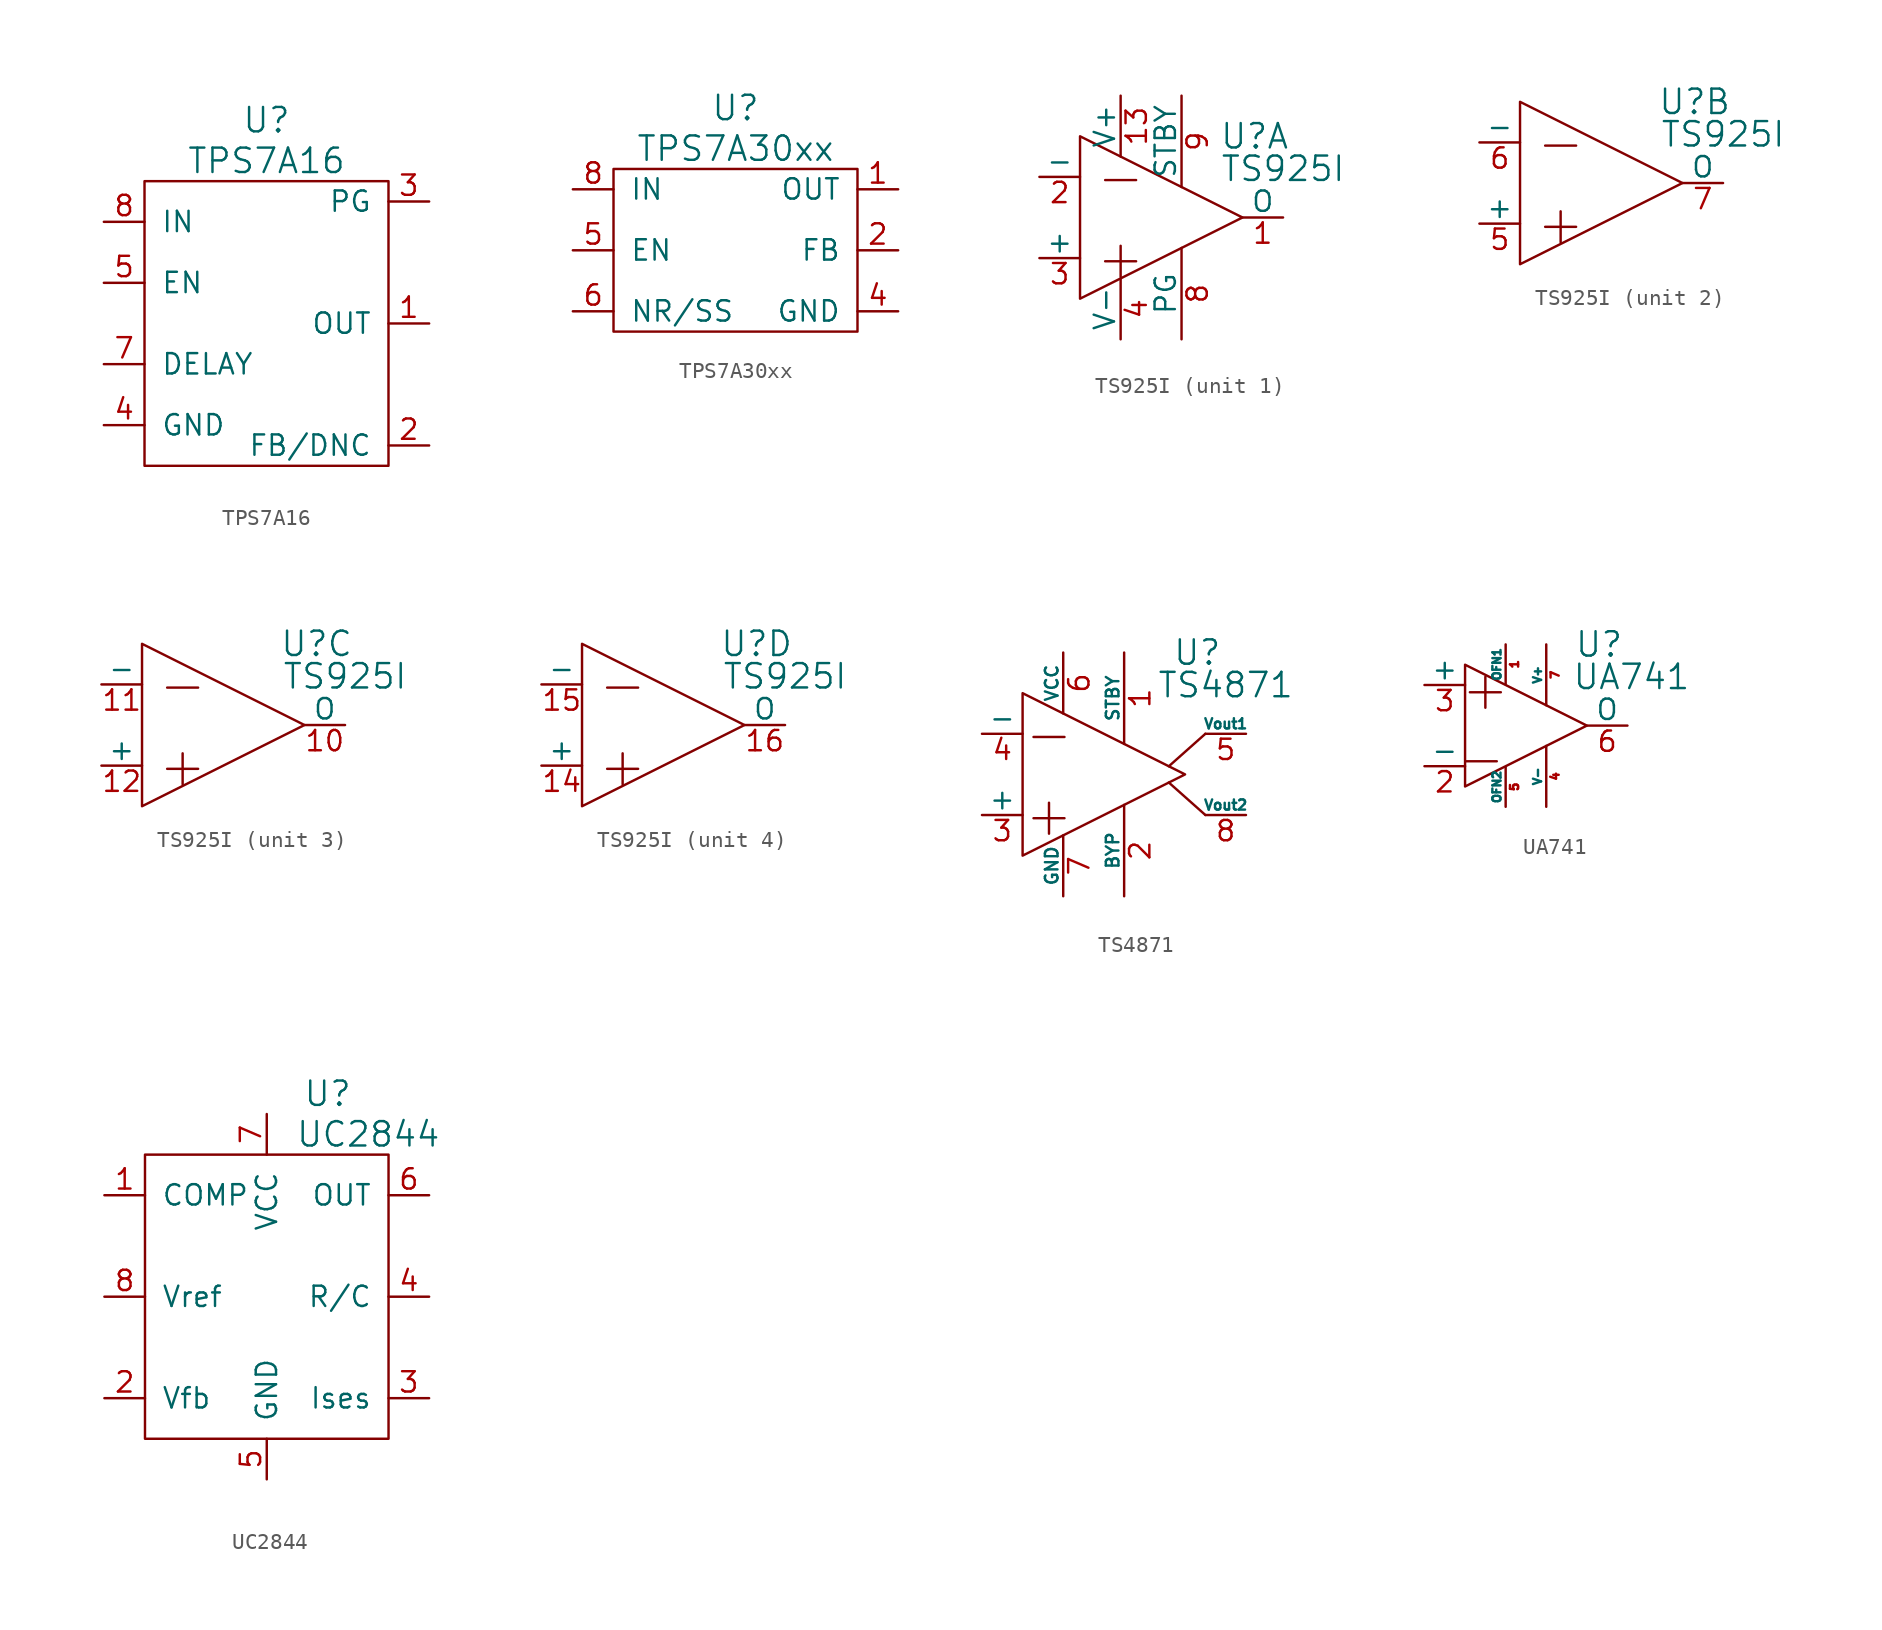
<source format=kicad_sym>
(kicad_symbol_lib
  (version 20220914)
  (generator kicad_symbol_editor)
  (symbol "TPS7A16"
    (pin_names
      (offset 1.016))
    (property "Reference" "U"
      (at 0 12.7 0)
      (effects (font (size 1.524 1.524))))
    (property "Value" "TPS7A16"
      (at 0 10.16 0)
      (effects (font (size 1.524 1.524))))
    (property "Footprint" ""
      (at 0 0 0)
      (effects (font (size 1.524 1.524))))
    (property "Datasheet" ""
      (at 0 0 0)
      (effects (font (size 1.524 1.524))))
    (symbol "TPS7A16_0_1"
      (rectangle (start -7.62 8.89) (end 7.62 -8.89) (stroke (width 0) (type solid)) (fill (type none))))
    (symbol "TPS7A16_1_1"
      (pin passive line (at 10.16 0 180) (length 2.54) (name "OUT" (effects (font (size 1.27 1.27)))) (number "1" (effects (font (size 1.27 1.27)))))
      (pin passive line (at 10.16 -7.62 180) (length 2.54) (name "FB/DNC" (effects (font (size 1.27 1.27)))) (number "2" (effects (font (size 1.27 1.27)))))
      (pin passive line (at 10.16 7.62 180) (length 2.54) (name "PG" (effects (font (size 1.27 1.27)))) (number "3" (effects (font (size 1.27 1.27)))))
      (pin passive line (at -10.16 -6.35 0) (length 2.54) (name "GND" (effects (font (size 1.27 1.27)))) (number "4" (effects (font (size 1.27 1.27)))))
      (pin passive line (at -10.16 2.54 0) (length 2.54) (name "EN" (effects (font (size 1.27 1.27)))) (number "5" (effects (font (size 1.27 1.27)))))
      (pin passive line (at -10.16 -2.54 0) (length 2.54) (name "DELAY" (effects (font (size 1.27 1.27)))) (number "7" (effects (font (size 1.27 1.27)))))
      (pin passive line (at -10.16 6.35 0) (length 2.54) (name "IN" (effects (font (size 1.27 1.27)))) (number "8" (effects (font (size 1.27 1.27)))))))
  (symbol "TPS7A30xx"
    (pin_names
      (offset 1.016))
    (property "Reference" "U"
      (at 0 8.89 0)
      (effects (font (size 1.524 1.524))))
    (property "Value" "TPS7A30xx"
      (at 0 6.35 0)
      (effects (font (size 1.524 1.524))))
    (property "Footprint" ""
      (at 0 0 0)
      (effects (font (size 1.524 1.524))))
    (property "Datasheet" ""
      (at 0 0 0)
      (effects (font (size 1.524 1.524))))
    (symbol "TPS7A30xx_0_1"
      (rectangle (start -7.62 5.08) (end 7.62 -5.08) (stroke (width 0) (type solid)) (fill (type none))))
    (symbol "TPS7A30xx_1_1"
      (pin passive line (at 10.16 3.81 180) (length 2.54) (name "OUT" (effects (font (size 1.27 1.27)))) (number "1" (effects (font (size 1.27 1.27)))))
      (pin passive line (at 10.16 0 180) (length 2.54) (name "FB" (effects (font (size 1.27 1.27)))) (number "2" (effects (font (size 1.27 1.27)))))
      (pin passive line (at 10.16 -3.81 180) (length 2.54) (name "GND" (effects (font (size 1.27 1.27)))) (number "4" (effects (font (size 1.27 1.27)))))
      (pin passive line (at -10.16 0 0) (length 2.54) (name "EN" (effects (font (size 1.27 1.27)))) (number "5" (effects (font (size 1.27 1.27)))))
      (pin passive line (at -10.16 -3.81 0) (length 2.54) (name "NR/SS" (effects (font (size 1.27 1.27)))) (number "6" (effects (font (size 1.27 1.27)))))
      (pin passive line (at -10.16 3.81 0) (length 2.54) (name "IN" (effects (font (size 1.27 1.27)))) (number "8" (effects (font (size 1.27 1.27)))))))
  (symbol "TS925I"
    (pin_names
      (offset 0))
    (property "Reference" "U"
      (at 5.842 5.08 0)
      (effects (font (size 1.524 1.524))))
    (property "Value" "TS925I"
      (at 7.62 3.048 0)
      (effects (font (size 1.524 1.524))))
    (property "Footprint" ""
      (at 0 0 0)
      (effects (font (size 1.524 1.524))))
    (property "Datasheet" ""
      (at 0 0 0)
      (effects (font (size 1.524 1.524))))
    (symbol "TS925I_0_0"
      (text "+" (at -2.54 -2.54 0) (effects (font (size 2.54 2.54))))
      (text "-" (at -2.54 2.54 0) (effects (font (size 2.54 2.54)))))
    (symbol "TS925I_0_1"
      (polyline (pts (xy -5.08 5.08) (xy -5.08 -5.08) (xy 5.08 0) (xy -5.08 5.08) (xy -5.08 5.08)) (stroke (width 0) (type solid)) (fill (type none))))
    (symbol "TS925I_1_1"
      (pin passive line (at 7.62 0 180) (length 2.54) (name "O" (effects (font (size 1.27 1.27)))) (number "1" (effects (font (size 1.27 1.27)))))
      (pin passive line (at -2.54 7.62 270) (length 3.81) (name "V+" (effects (font (size 1.27 1.27)))) (number "13" (effects (font (size 1.27 1.27)))))
      (pin passive line (at -7.62 2.54 0) (length 2.54) (name "-" (effects (font (size 1.27 1.27)))) (number "2" (effects (font (size 1.27 1.27)))))
      (pin passive line (at -7.62 -2.54 0) (length 2.54) (name "+" (effects (font (size 1.27 1.27)))) (number "3" (effects (font (size 1.27 1.27)))))
      (pin passive line (at -2.54 -7.62 90) (length 3.81) (name "V-" (effects (font (size 1.27 1.27)))) (number "4" (effects (font (size 1.27 1.27)))))
      (pin passive line (at 1.27 -7.62 90) (length 5.715) (name "PG" (effects (font (size 1.27 1.27)))) (number "8" (effects (font (size 1.27 1.27)))))
      (pin passive line (at 1.27 7.62 270) (length 5.715) (name "STBY" (effects (font (size 1.27 1.27)))) (number "9" (effects (font (size 1.27 1.27))))))
    (symbol "TS925I_2_1"
      (pin passive line (at -7.62 -2.54 0) (length 2.54) (name "+" (effects (font (size 1.27 1.27)))) (number "5" (effects (font (size 1.27 1.27)))))
      (pin passive line (at -7.62 2.54 0) (length 2.54) (name "-" (effects (font (size 1.27 1.27)))) (number "6" (effects (font (size 1.27 1.27)))))
      (pin passive line (at 7.62 0 180) (length 2.54) (name "O" (effects (font (size 1.27 1.27)))) (number "7" (effects (font (size 1.27 1.27))))))
    (symbol "TS925I_3_1"
      (pin passive line (at 7.62 0 180) (length 2.54) (name "O" (effects (font (size 1.27 1.27)))) (number "10" (effects (font (size 1.27 1.27)))))
      (pin passive line (at -7.62 2.54 0) (length 2.54) (name "-" (effects (font (size 1.27 1.27)))) (number "11" (effects (font (size 1.27 1.27)))))
      (pin passive line (at -7.62 -2.54 0) (length 2.54) (name "+" (effects (font (size 1.27 1.27)))) (number "12" (effects (font (size 1.27 1.27))))))
    (symbol "TS925I_4_1"
      (pin passive line (at -7.62 -2.54 0) (length 2.54) (name "+" (effects (font (size 1.27 1.27)))) (number "14" (effects (font (size 1.27 1.27)))))
      (pin passive line (at -7.62 2.54 0) (length 2.54) (name "-" (effects (font (size 1.27 1.27)))) (number "15" (effects (font (size 1.27 1.27)))))
      (pin passive line (at 7.62 0 180) (length 2.54) (name "O" (effects (font (size 1.27 1.27)))) (number "16" (effects (font (size 1.27 1.27)))))))
  (symbol "TS4871"
    (pin_names
      (offset 0))
    (property "Reference" "U"
      (at 5.842 7.62 0)
      (effects (font (size 1.524 1.524))))
    (property "Value" "TS4871"
      (at 7.62 5.588 0)
      (effects (font (size 1.524 1.524))))
    (property "Footprint" ""
      (at 0 0 0)
      (effects (font (size 1.524 1.524))))
    (property "Datasheet" ""
      (at 0 0 0)
      (effects (font (size 1.524 1.524))))
    (symbol "TS4871_0_0"
      (text "+" (at -3.429 -2.54 0) (effects (font (size 2.54 2.54))))
      (text "-" (at -3.429 2.54 0) (effects (font (size 2.54 2.54)))))
    (symbol "TS4871_0_1"
      (polyline (pts (xy 4.064 0.508) (xy 6.35 2.54)) (stroke (width 0) (type solid)) (fill (type none)))
      (polyline (pts (xy 6.35 -2.54) (xy 4.064 -0.508)) (stroke (width 0) (type solid)) (fill (type none)))
      (polyline (pts (xy -5.08 5.08) (xy -5.08 -5.08) (xy 5.08 0) (xy -5.08 5.08) (xy -5.08 5.08)) (stroke (width 0) (type solid)) (fill (type none))))
    (symbol "TS4871_1_1"
      (pin passive line (at 1.27 7.62 270) (length 5.715) (name "STBY" (effects (font (size 0.787 0.787)))) (number "1" (effects (font (size 1.27 1.27)))))
      (pin passive line (at 1.27 -7.62 90) (length 5.715) (name "BYP" (effects (font (size 0.787 0.787)))) (number "2" (effects (font (size 1.27 1.27)))))
      (pin passive line (at -7.62 -2.54 0) (length 2.54) (name "+" (effects (font (size 1.27 1.27)))) (number "3" (effects (font (size 1.27 1.27)))))
      (pin passive line (at -7.62 2.54 0) (length 2.54) (name "-" (effects (font (size 1.27 1.27)))) (number "4" (effects (font (size 1.27 1.27)))))
      (pin passive line (at 8.89 2.54 180) (length 2.54) (name "Vout1" (effects (font (size 0.635 0.635)))) (number "5" (effects (font (size 1.27 1.27)))))
      (pin passive line (at -2.54 7.62 270) (length 3.81) (name "VCC" (effects (font (size 0.787 0.787)))) (number "6" (effects (font (size 1.27 1.27)))))
      (pin passive line (at -2.54 -7.62 90) (length 3.81) (name "GND" (effects (font (size 0.787 0.787)))) (number "7" (effects (font (size 1.27 1.27)))))
      (pin passive line (at 8.89 -2.54 180) (length 2.54) (name "Vout2" (effects (font (size 0.635 0.635)))) (number "8" (effects (font (size 1.27 1.27)))))))
  (symbol "UA741"
    (pin_names
      (offset 0))
    (property "Reference" "U"
      (at 4.572 5.08 0)
      (effects (font (size 1.524 1.524))))
    (property "Value" "UA741"
      (at 6.604 3.048 0)
      (effects (font (size 1.524 1.524))))
    (property "Footprint" ""
      (at 0 0 0)
      (effects (font (size 1.524 1.524))))
    (property "Datasheet" ""
      (at 0 0 0)
      (effects (font (size 1.524 1.524))))
    (symbol "UA741_0_0"
      (polyline (pts (xy -3.81 3.81) (xy -3.81 -3.81) (xy 3.81 0) (xy -3.81 3.81) (xy -3.81 3.81)) (stroke (width 0) (type solid)) (fill (type none)))
      (text "+" (at -2.54 2.286 0) (effects (font (size 2.54 2.54))))
      (text "-" (at -2.794 -2.032 0) (effects (font (size 2.54 2.54)))))
    (symbol "UA741_1_1"
      (pin passive line (at -1.27 5.08 270) (length 2.489) (name "OFN1" (effects (font (size 0.508 0.508)))) (number "1" (effects (font (size 0.508 0.508)))))
      (pin passive line (at -6.35 -2.54 0) (length 2.54) (name "-" (effects (font (size 1.27 1.27)))) (number "2" (effects (font (size 1.27 1.27)))))
      (pin passive line (at -6.35 2.54 0) (length 2.54) (name "+" (effects (font (size 1.27 1.27)))) (number "3" (effects (font (size 1.27 1.27)))))
      (pin passive line (at 1.27 -5.08 90) (length 3.81) (name "V-" (effects (font (size 0.508 0.508)))) (number "4" (effects (font (size 0.508 0.508)))))
      (pin passive line (at -1.27 -5.08 90) (length 2.489) (name "OFN2" (effects (font (size 0.508 0.508)))) (number "5" (effects (font (size 0.508 0.508)))))
      (pin passive line (at 6.35 0 180) (length 2.54) (name "O" (effects (font (size 1.27 1.27)))) (number "6" (effects (font (size 1.27 1.27)))))
      (pin passive line (at 1.27 5.08 270) (length 3.81) (name "V+" (effects (font (size 0.508 0.508)))) (number "7" (effects (font (size 0.508 0.508)))))))
  (symbol "UC2844"
    (pin_names
      (offset 1.016))
    (property "Reference" "U"
      (at 3.81 12.7 0)
      (effects (font (size 1.524 1.524))))
    (property "Value" "UC2844"
      (at 6.35 10.16 0)
      (effects (font (size 1.524 1.524))))
    (property "Footprint" ""
      (at 0 0 0)
      (effects (font (size 1.524 1.524))))
    (property "Datasheet" ""
      (at 0 0 0)
      (effects (font (size 1.524 1.524))))
    (symbol "UC2844_0_1"
      (rectangle (start -7.62 8.89) (end 7.62 -8.89) (stroke (width 0) (type solid)) (fill (type none))))
    (symbol "UC2844_1_1"
      (pin passive line (at -10.16 6.35 0) (length 2.54) (name "COMP" (effects (font (size 1.27 1.27)))) (number "1" (effects (font (size 1.27 1.27)))))
      (pin passive line (at -10.16 -6.35 0) (length 2.54) (name "Vfb" (effects (font (size 1.27 1.27)))) (number "2" (effects (font (size 1.27 1.27)))))
      (pin passive line (at 10.16 -6.35 180) (length 2.54) (name "Ises" (effects (font (size 1.27 1.27)))) (number "3" (effects (font (size 1.27 1.27)))))
      (pin passive line (at 10.16 0 180) (length 2.54) (name "R/C" (effects (font (size 1.27 1.27)))) (number "4" (effects (font (size 1.27 1.27)))))
      (pin passive line (at 0 -11.43 90) (length 2.54) (name "GND" (effects (font (size 1.27 1.27)))) (number "5" (effects (font (size 1.27 1.27)))))
      (pin passive line (at 10.16 6.35 180) (length 2.54) (name "OUT" (effects (font (size 1.27 1.27)))) (number "6" (effects (font (size 1.27 1.27)))))
      (pin passive line (at 0 11.43 270) (length 2.54) (name "VCC" (effects (font (size 1.27 1.27)))) (number "7" (effects (font (size 1.27 1.27)))))
      (pin passive line (at -10.16 0 0) (length 2.54) (name "Vref" (effects (font (size 1.27 1.27)))) (number "8" (effects (font (size 1.27 1.27))))))))
</source>
